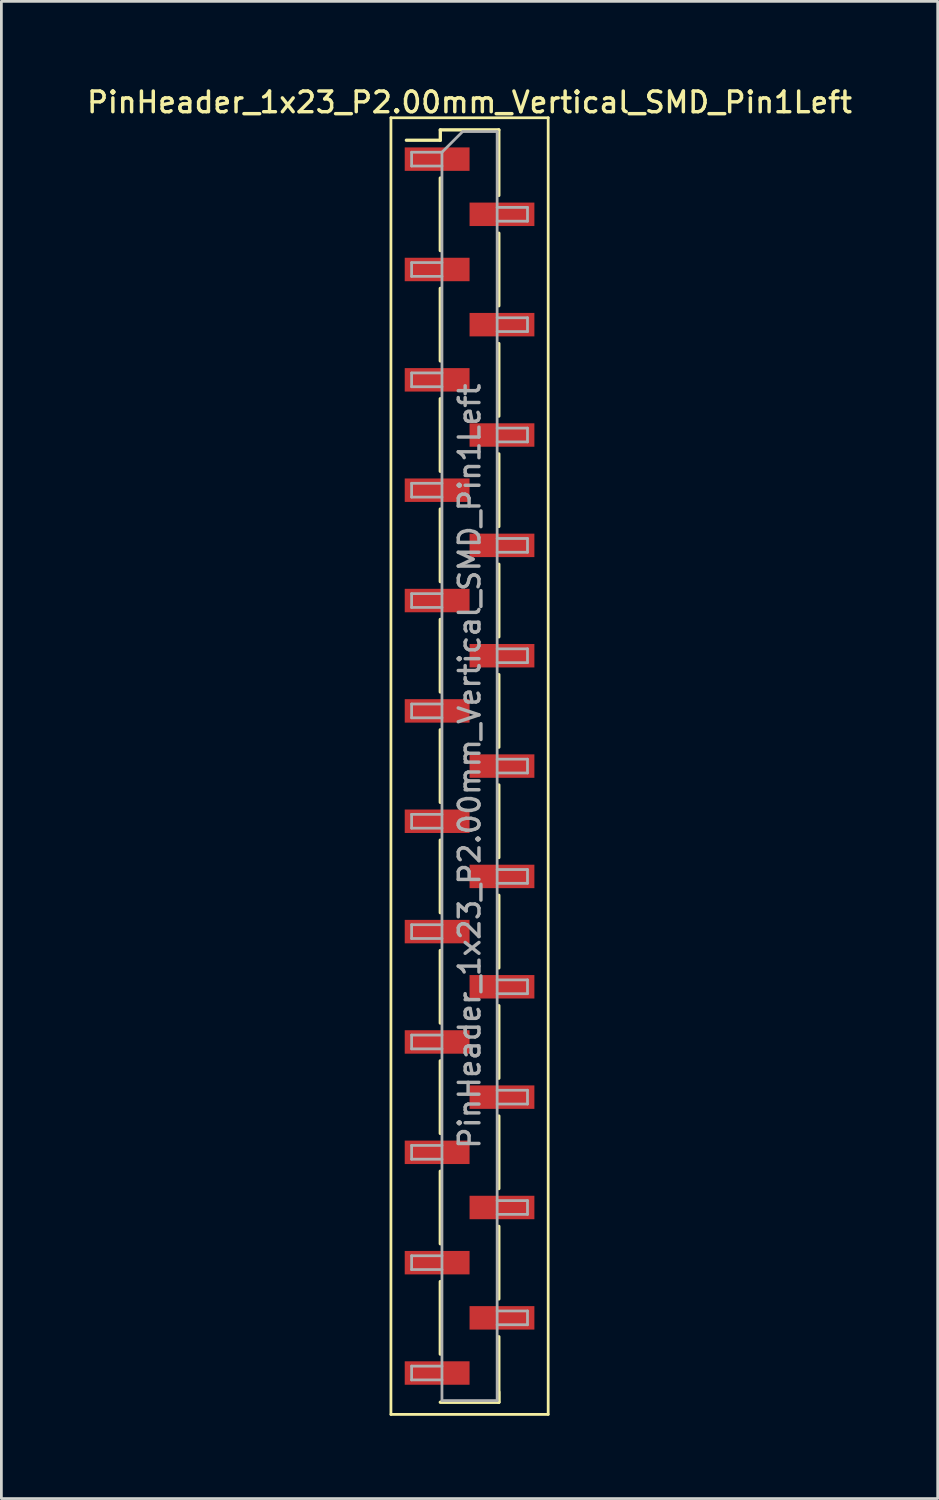
<source format=kicad_pcb>
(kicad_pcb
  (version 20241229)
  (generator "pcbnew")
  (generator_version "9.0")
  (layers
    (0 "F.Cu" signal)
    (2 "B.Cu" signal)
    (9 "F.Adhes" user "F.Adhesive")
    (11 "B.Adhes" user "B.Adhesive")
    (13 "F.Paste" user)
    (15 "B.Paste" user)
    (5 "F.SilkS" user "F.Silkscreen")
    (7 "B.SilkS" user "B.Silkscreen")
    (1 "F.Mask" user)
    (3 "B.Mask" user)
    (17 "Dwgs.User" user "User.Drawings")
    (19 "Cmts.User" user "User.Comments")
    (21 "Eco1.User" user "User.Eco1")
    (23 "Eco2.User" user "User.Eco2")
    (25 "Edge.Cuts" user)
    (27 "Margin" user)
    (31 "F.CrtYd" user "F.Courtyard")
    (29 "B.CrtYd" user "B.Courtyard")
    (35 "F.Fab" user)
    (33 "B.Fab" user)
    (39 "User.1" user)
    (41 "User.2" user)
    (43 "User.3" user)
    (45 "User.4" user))
  (footprint "PinHeader_1x23_P2.00mm_Vertical_SMD_Pin1Left"
    (layer "F.Cu")
    (at 13.97 24.718)
    (property "Reference" "PinHeader_1x23_P2.00mm_Vertical_SMD_Pin1Left" (at 0 -24.06 0) (layer "F.SilkS") (effects (font (size 0.75 0.75) (thickness 0.125))))
    (attr smd)
    (fp_line (start -2.85 -23.5) (end -2.85 23.5) (stroke (width 0.1) (type solid)) (layer "F.SilkS"))
    (fp_line (start -2.85 23.5) (end 2.85 23.5) (stroke (width 0.1) (type solid)) (layer "F.SilkS"))
    (fp_line (start -1.06 -23.06) (end -1.06 -22.685) (stroke (width 0.12) (type solid)) (layer "F.SilkS"))
    (fp_line (start -1.06 -23.06) (end 1.06 -23.06) (stroke (width 0.12) (type solid)) (layer "F.SilkS"))
    (fp_line (start -1.06 -22.685) (end -2.29 -22.685) (stroke (width 0.12) (type solid)) (layer "F.SilkS"))
    (fp_line (start -1.06 -21.315) (end -1.06 -18.685) (stroke (width 0.12) (type solid)) (layer "F.SilkS"))
    (fp_line (start -1.06 -17.315) (end -1.06 -14.685) (stroke (width 0.12) (type solid)) (layer "F.SilkS"))
    (fp_line (start -1.06 -13.315) (end -1.06 -10.685) (stroke (width 0.12) (type solid)) (layer "F.SilkS"))
    (fp_line (start -1.06 -9.315) (end -1.06 -6.685) (stroke (width 0.12) (type solid)) (layer "F.SilkS"))
    (fp_line (start -1.06 -5.315) (end -1.06 -2.685) (stroke (width 0.12) (type solid)) (layer "F.SilkS"))
    (fp_line (start -1.06 -1.315) (end -1.06 1.315) (stroke (width 0.12) (type solid)) (layer "F.SilkS"))
    (fp_line (start -1.06 2.685) (end -1.06 5.315) (stroke (width 0.12) (type solid)) (layer "F.SilkS"))
    (fp_line (start -1.06 6.685) (end -1.06 9.315) (stroke (width 0.12) (type solid)) (layer "F.SilkS"))
    (fp_line (start -1.06 10.685) (end -1.06 13.315) (stroke (width 0.12) (type solid)) (layer "F.SilkS"))
    (fp_line (start -1.06 14.685) (end -1.06 17.315) (stroke (width 0.12) (type solid)) (layer "F.SilkS"))
    (fp_line (start -1.06 18.685) (end -1.06 21.315) (stroke (width 0.12) (type solid)) (layer "F.SilkS"))
    (fp_line (start -1.06 23.06) (end 1.06 23.06) (stroke (width 0.12) (type solid)) (layer "F.SilkS"))
    (fp_line (start 1.06 -23.06) (end 1.06 -20.685) (stroke (width 0.12) (type solid)) (layer "F.SilkS"))
    (fp_line (start 1.06 -19.315) (end 1.06 -16.685) (stroke (width 0.12) (type solid)) (layer "F.SilkS"))
    (fp_line (start 1.06 -15.315) (end 1.06 -12.685) (stroke (width 0.12) (type solid)) (layer "F.SilkS"))
    (fp_line (start 1.06 -11.315) (end 1.06 -8.685) (stroke (width 0.12) (type solid)) (layer "F.SilkS"))
    (fp_line (start 1.06 -7.315) (end 1.06 -4.685) (stroke (width 0.12) (type solid)) (layer "F.SilkS"))
    (fp_line (start 1.06 -3.315) (end 1.06 -0.685) (stroke (width 0.12) (type solid)) (layer "F.SilkS"))
    (fp_line (start 1.06 0.685) (end 1.06 3.315) (stroke (width 0.12) (type solid)) (layer "F.SilkS"))
    (fp_line (start 1.06 4.685) (end 1.06 7.315) (stroke (width 0.12) (type solid)) (layer "F.SilkS"))
    (fp_line (start 1.06 8.685) (end 1.06 11.315) (stroke (width 0.12) (type solid)) (layer "F.SilkS"))
    (fp_line (start 1.06 12.685) (end 1.06 15.315) (stroke (width 0.12) (type solid)) (layer "F.SilkS"))
    (fp_line (start 1.06 16.685) (end 1.06 19.315) (stroke (width 0.12) (type solid)) (layer "F.SilkS"))
    (fp_line (start 1.06 20.685) (end 1.06 23.06) (stroke (width 0.12) (type solid)) (layer "F.SilkS"))
    (fp_line (start 1.06 22.685) (end 1.06 23.06) (stroke (width 0.12) (type solid)) (layer "F.SilkS"))
    (fp_line (start 2.85 -23.5) (end -2.85 -23.5) (stroke (width 0.1) (type solid)) (layer "F.SilkS"))
    (fp_line (start 2.85 23.5) (end 2.85 -23.5) (stroke (width 0.1) (type solid)) (layer "F.SilkS"))
    (fp_line (start -2.1 -22.25) (end -2.1 -21.75) (stroke (width 0.1) (type solid)) (layer "F.Fab"))
    (fp_line (start -2.1 -21.75) (end -1 -21.75) (stroke (width 0.1) (type solid)) (layer "F.Fab"))
    (fp_line (start -2.1 -18.25) (end -2.1 -17.75) (stroke (width 0.1) (type solid)) (layer "F.Fab"))
    (fp_line (start -2.1 -17.75) (end -1 -17.75) (stroke (width 0.1) (type solid)) (layer "F.Fab"))
    (fp_line (start -2.1 -14.25) (end -2.1 -13.75) (stroke (width 0.1) (type solid)) (layer "F.Fab"))
    (fp_line (start -2.1 -13.75) (end -1 -13.75) (stroke (width 0.1) (type solid)) (layer "F.Fab"))
    (fp_line (start -2.1 -10.25) (end -2.1 -9.75) (stroke (width 0.1) (type solid)) (layer "F.Fab"))
    (fp_line (start -2.1 -9.75) (end -1 -9.75) (stroke (width 0.1) (type solid)) (layer "F.Fab"))
    (fp_line (start -2.1 -6.25) (end -2.1 -5.75) (stroke (width 0.1) (type solid)) (layer "F.Fab"))
    (fp_line (start -2.1 -5.75) (end -1 -5.75) (stroke (width 0.1) (type solid)) (layer "F.Fab"))
    (fp_line (start -2.1 -2.25) (end -2.1 -1.75) (stroke (width 0.1) (type solid)) (layer "F.Fab"))
    (fp_line (start -2.1 -1.75) (end -1 -1.75) (stroke (width 0.1) (type solid)) (layer "F.Fab"))
    (fp_line (start -2.1 1.75) (end -2.1 2.25) (stroke (width 0.1) (type solid)) (layer "F.Fab"))
    (fp_line (start -2.1 2.25) (end -1 2.25) (stroke (width 0.1) (type solid)) (layer "F.Fab"))
    (fp_line (start -2.1 5.75) (end -2.1 6.25) (stroke (width 0.1) (type solid)) (layer "F.Fab"))
    (fp_line (start -2.1 6.25) (end -1 6.25) (stroke (width 0.1) (type solid)) (layer "F.Fab"))
    (fp_line (start -2.1 9.75) (end -2.1 10.25) (stroke (width 0.1) (type solid)) (layer "F.Fab"))
    (fp_line (start -2.1 10.25) (end -1 10.25) (stroke (width 0.1) (type solid)) (layer "F.Fab"))
    (fp_line (start -2.1 13.75) (end -2.1 14.25) (stroke (width 0.1) (type solid)) (layer "F.Fab"))
    (fp_line (start -2.1 14.25) (end -1 14.25) (stroke (width 0.1) (type solid)) (layer "F.Fab"))
    (fp_line (start -2.1 17.75) (end -2.1 18.25) (stroke (width 0.1) (type solid)) (layer "F.Fab"))
    (fp_line (start -2.1 18.25) (end -1 18.25) (stroke (width 0.1) (type solid)) (layer "F.Fab"))
    (fp_line (start -2.1 21.75) (end -2.1 22.25) (stroke (width 0.1) (type solid)) (layer "F.Fab"))
    (fp_line (start -2.1 22.25) (end -1 22.25) (stroke (width 0.1) (type solid)) (layer "F.Fab"))
    (fp_line (start -1 -22.25) (end -2.1 -22.25) (stroke (width 0.1) (type solid)) (layer "F.Fab"))
    (fp_line (start -1 -22.25) (end -0.25 -23) (stroke (width 0.1) (type solid)) (layer "F.Fab"))
    (fp_line (start -1 -18.25) (end -2.1 -18.25) (stroke (width 0.1) (type solid)) (layer "F.Fab"))
    (fp_line (start -1 -14.25) (end -2.1 -14.25) (stroke (width 0.1) (type solid)) (layer "F.Fab"))
    (fp_line (start -1 -10.25) (end -2.1 -10.25) (stroke (width 0.1) (type solid)) (layer "F.Fab"))
    (fp_line (start -1 -6.25) (end -2.1 -6.25) (stroke (width 0.1) (type solid)) (layer "F.Fab"))
    (fp_line (start -1 -2.25) (end -2.1 -2.25) (stroke (width 0.1) (type solid)) (layer "F.Fab"))
    (fp_line (start -1 1.75) (end -2.1 1.75) (stroke (width 0.1) (type solid)) (layer "F.Fab"))
    (fp_line (start -1 5.75) (end -2.1 5.75) (stroke (width 0.1) (type solid)) (layer "F.Fab"))
    (fp_line (start -1 9.75) (end -2.1 9.75) (stroke (width 0.1) (type solid)) (layer "F.Fab"))
    (fp_line (start -1 13.75) (end -2.1 13.75) (stroke (width 0.1) (type solid)) (layer "F.Fab"))
    (fp_line (start -1 17.75) (end -2.1 17.75) (stroke (width 0.1) (type solid)) (layer "F.Fab"))
    (fp_line (start -1 21.75) (end -2.1 21.75) (stroke (width 0.1) (type solid)) (layer "F.Fab"))
    (fp_line (start -1 23) (end -1 -22.25) (stroke (width 0.1) (type solid)) (layer "F.Fab"))
    (fp_line (start -0.25 -23) (end 1 -23) (stroke (width 0.1) (type solid)) (layer "F.Fab"))
    (fp_line (start 1 -23) (end 1 23) (stroke (width 0.1) (type solid)) (layer "F.Fab"))
    (fp_line (start 1 -20.25) (end 2.1 -20.25) (stroke (width 0.1) (type solid)) (layer "F.Fab"))
    (fp_line (start 1 -16.25) (end 2.1 -16.25) (stroke (width 0.1) (type solid)) (layer "F.Fab"))
    (fp_line (start 1 -12.25) (end 2.1 -12.25) (stroke (width 0.1) (type solid)) (layer "F.Fab"))
    (fp_line (start 1 -8.25) (end 2.1 -8.25) (stroke (width 0.1) (type solid)) (layer "F.Fab"))
    (fp_line (start 1 -4.25) (end 2.1 -4.25) (stroke (width 0.1) (type solid)) (layer "F.Fab"))
    (fp_line (start 1 -0.25) (end 2.1 -0.25) (stroke (width 0.1) (type solid)) (layer "F.Fab"))
    (fp_line (start 1 3.75) (end 2.1 3.75) (stroke (width 0.1) (type solid)) (layer "F.Fab"))
    (fp_line (start 1 7.75) (end 2.1 7.75) (stroke (width 0.1) (type solid)) (layer "F.Fab"))
    (fp_line (start 1 11.75) (end 2.1 11.75) (stroke (width 0.1) (type solid)) (layer "F.Fab"))
    (fp_line (start 1 15.75) (end 2.1 15.75) (stroke (width 0.1) (type solid)) (layer "F.Fab"))
    (fp_line (start 1 19.75) (end 2.1 19.75) (stroke (width 0.1) (type solid)) (layer "F.Fab"))
    (fp_line (start 1 23) (end -1 23) (stroke (width 0.1) (type solid)) (layer "F.Fab"))
    (fp_line (start 2.1 -20.25) (end 2.1 -19.75) (stroke (width 0.1) (type solid)) (layer "F.Fab"))
    (fp_line (start 2.1 -19.75) (end 1 -19.75) (stroke (width 0.1) (type solid)) (layer "F.Fab"))
    (fp_line (start 2.1 -16.25) (end 2.1 -15.75) (stroke (width 0.1) (type solid)) (layer "F.Fab"))
    (fp_line (start 2.1 -15.75) (end 1 -15.75) (stroke (width 0.1) (type solid)) (layer "F.Fab"))
    (fp_line (start 2.1 -12.25) (end 2.1 -11.75) (stroke (width 0.1) (type solid)) (layer "F.Fab"))
    (fp_line (start 2.1 -11.75) (end 1 -11.75) (stroke (width 0.1) (type solid)) (layer "F.Fab"))
    (fp_line (start 2.1 -8.25) (end 2.1 -7.75) (stroke (width 0.1) (type solid)) (layer "F.Fab"))
    (fp_line (start 2.1 -7.75) (end 1 -7.75) (stroke (width 0.1) (type solid)) (layer "F.Fab"))
    (fp_line (start 2.1 -4.25) (end 2.1 -3.75) (stroke (width 0.1) (type solid)) (layer "F.Fab"))
    (fp_line (start 2.1 -3.75) (end 1 -3.75) (stroke (width 0.1) (type solid)) (layer "F.Fab"))
    (fp_line (start 2.1 -0.25) (end 2.1 0.25) (stroke (width 0.1) (type solid)) (layer "F.Fab"))
    (fp_line (start 2.1 0.25) (end 1 0.25) (stroke (width 0.1) (type solid)) (layer "F.Fab"))
    (fp_line (start 2.1 3.75) (end 2.1 4.25) (stroke (width 0.1) (type solid)) (layer "F.Fab"))
    (fp_line (start 2.1 4.25) (end 1 4.25) (stroke (width 0.1) (type solid)) (layer "F.Fab"))
    (fp_line (start 2.1 7.75) (end 2.1 8.25) (stroke (width 0.1) (type solid)) (layer "F.Fab"))
    (fp_line (start 2.1 8.25) (end 1 8.25) (stroke (width 0.1) (type solid)) (layer "F.Fab"))
    (fp_line (start 2.1 11.75) (end 2.1 12.25) (stroke (width 0.1) (type solid)) (layer "F.Fab"))
    (fp_line (start 2.1 12.25) (end 1 12.25) (stroke (width 0.1) (type solid)) (layer "F.Fab"))
    (fp_line (start 2.1 15.75) (end 2.1 16.25) (stroke (width 0.1) (type solid)) (layer "F.Fab"))
    (fp_line (start 2.1 16.25) (end 1 16.25) (stroke (width 0.1) (type solid)) (layer "F.Fab"))
    (fp_line (start 2.1 19.75) (end 2.1 20.25) (stroke (width 0.1) (type solid)) (layer "F.Fab"))
    (fp_line (start 2.1 20.25) (end 1 20.25) (stroke (width 0.1) (type solid)) (layer "F.Fab"))
    (fp_text user "${REFERENCE}" (at 0 0 90) (layer "F.Fab") (effects (font (size 0.75 0.75) (thickness 0.125))))
    (pad "1" smd rect (at -1.175 -22) (size 2.35 0.85) (layers "F.Cu" "F.Mask" "F.Paste"))
    (pad "2" smd rect (at 1.175 -20) (size 2.35 0.85) (layers "F.Cu" "F.Mask" "F.Paste"))
    (pad "3" smd rect (at -1.175 -18) (size 2.35 0.85) (layers "F.Cu" "F.Mask" "F.Paste"))
    (pad "4" smd rect (at 1.175 -16) (size 2.35 0.85) (layers "F.Cu" "F.Mask" "F.Paste"))
    (pad "5" smd rect (at -1.175 -14) (size 2.35 0.85) (layers "F.Cu" "F.Mask" "F.Paste"))
    (pad "6" smd rect (at 1.175 -12) (size 2.35 0.85) (layers "F.Cu" "F.Mask" "F.Paste"))
    (pad "7" smd rect (at -1.175 -10) (size 2.35 0.85) (layers "F.Cu" "F.Mask" "F.Paste"))
    (pad "8" smd rect (at 1.175 -8) (size 2.35 0.85) (layers "F.Cu" "F.Mask" "F.Paste"))
    (pad "9" smd rect (at -1.175 -6) (size 2.35 0.85) (layers "F.Cu" "F.Mask" "F.Paste"))
    (pad "10" smd rect (at 1.175 -4) (size 2.35 0.85) (layers "F.Cu" "F.Mask" "F.Paste"))
    (pad "11" smd rect (at -1.175 -2) (size 2.35 0.85) (layers "F.Cu" "F.Mask" "F.Paste"))
    (pad "12" smd rect (at 1.175 0) (size 2.35 0.85) (layers "F.Cu" "F.Mask" "F.Paste"))
    (pad "13" smd rect (at -1.175 2) (size 2.35 0.85) (layers "F.Cu" "F.Mask" "F.Paste"))
    (pad "14" smd rect (at 1.175 4) (size 2.35 0.85) (layers "F.Cu" "F.Mask" "F.Paste"))
    (pad "15" smd rect (at -1.175 6) (size 2.35 0.85) (layers "F.Cu" "F.Mask" "F.Paste"))
    (pad "16" smd rect (at 1.175 8) (size 2.35 0.85) (layers "F.Cu" "F.Mask" "F.Paste"))
    (pad "17" smd rect (at -1.175 10) (size 2.35 0.85) (layers "F.Cu" "F.Mask" "F.Paste"))
    (pad "18" smd rect (at 1.175 12) (size 2.35 0.85) (layers "F.Cu" "F.Mask" "F.Paste"))
    (pad "19" smd rect (at -1.175 14) (size 2.35 0.85) (layers "F.Cu" "F.Mask" "F.Paste"))
    (pad "20" smd rect (at 1.175 16) (size 2.35 0.85) (layers "F.Cu" "F.Mask" "F.Paste"))
    (pad "21" smd rect (at -1.175 18) (size 2.35 0.85) (layers "F.Cu" "F.Mask" "F.Paste"))
    (pad "22" smd rect (at 1.175 20) (size 2.35 0.85) (layers "F.Cu" "F.Mask" "F.Paste"))
    (pad "23" smd rect (at -1.175 22) (size 2.35 0.85) (layers "F.Cu" "F.Mask" "F.Paste")))
  (gr_rect
    (start -3 -3)
    (end 30.939 51.268)
    (stroke (width 0.1) (type default))
    (fill no)
    (layer "Edge.Cuts")))
</source>
